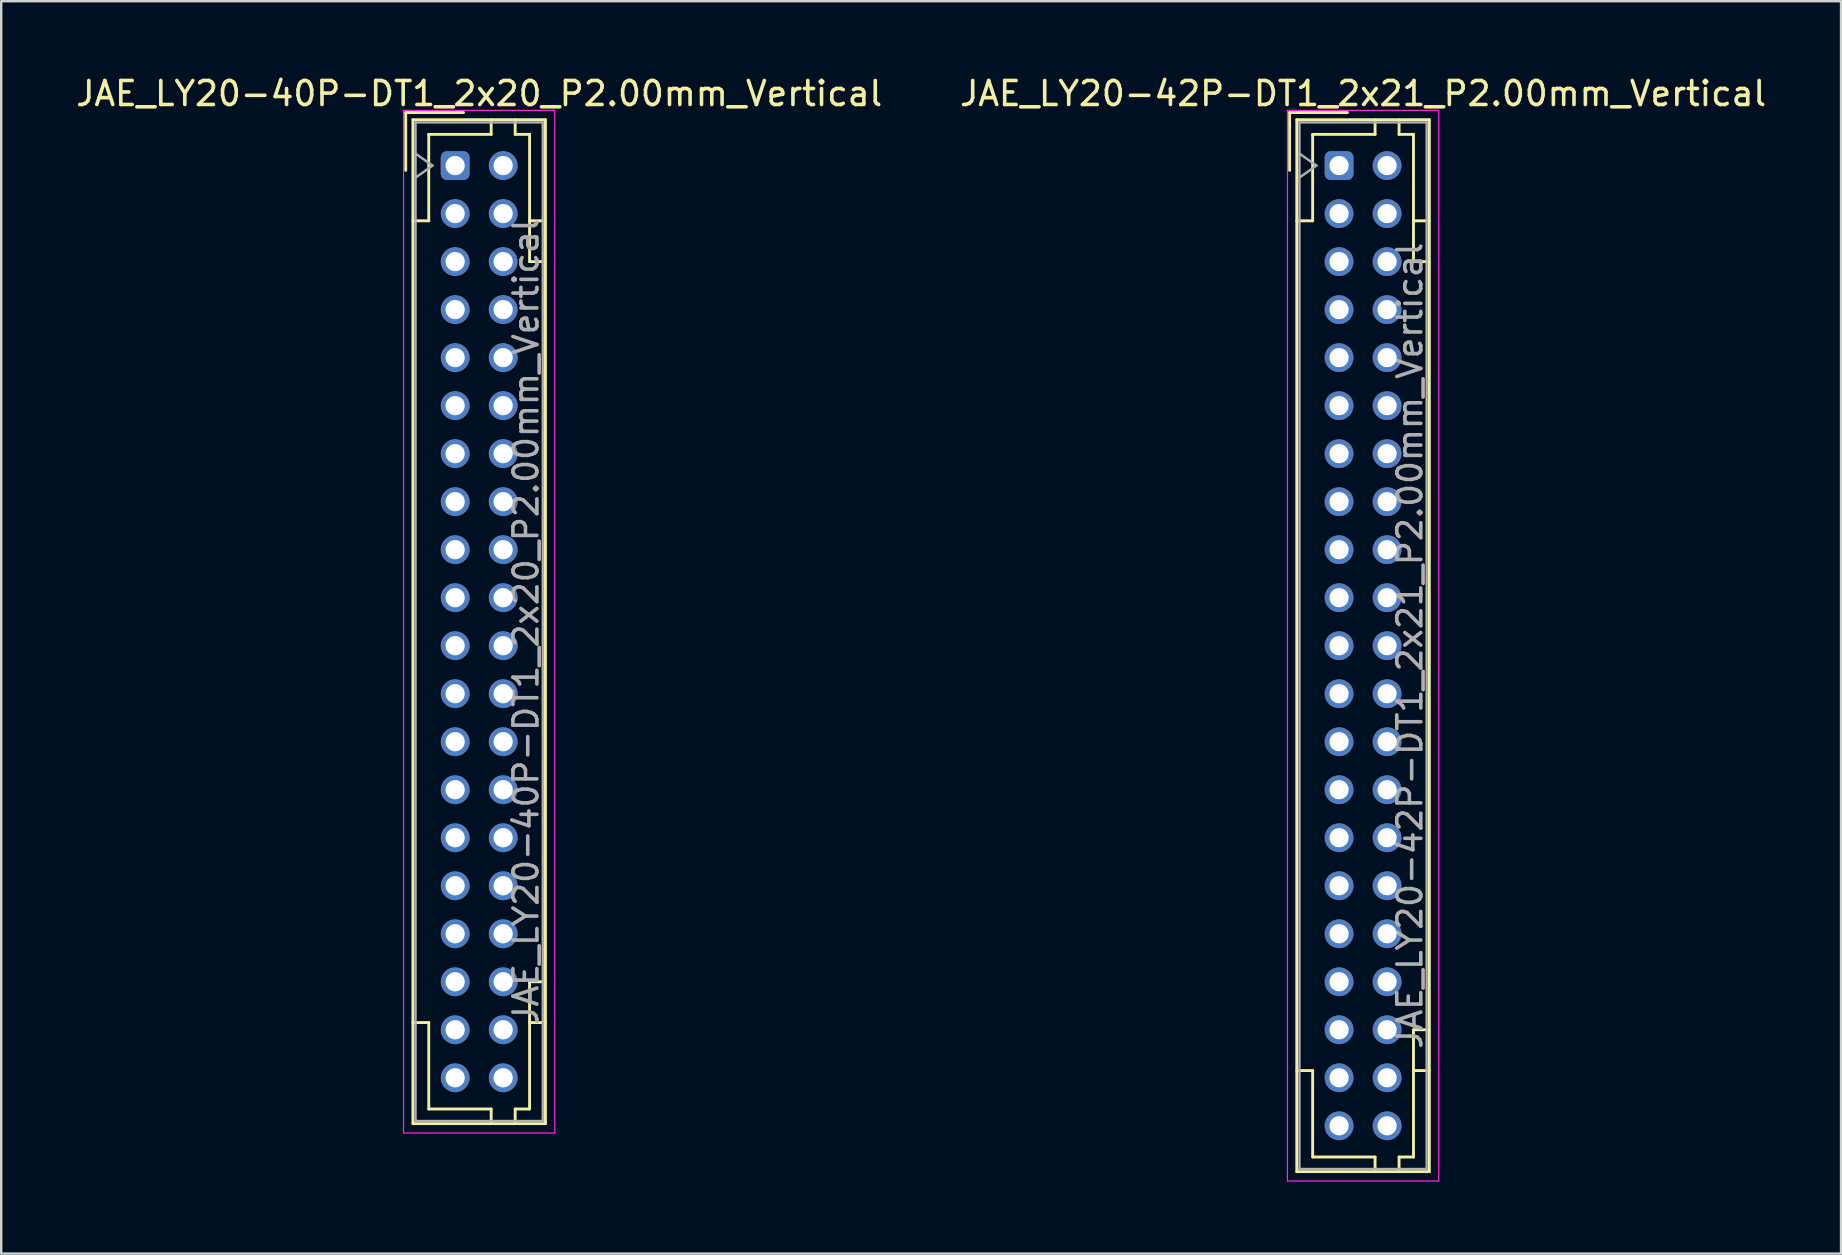
<source format=kicad_pcb>
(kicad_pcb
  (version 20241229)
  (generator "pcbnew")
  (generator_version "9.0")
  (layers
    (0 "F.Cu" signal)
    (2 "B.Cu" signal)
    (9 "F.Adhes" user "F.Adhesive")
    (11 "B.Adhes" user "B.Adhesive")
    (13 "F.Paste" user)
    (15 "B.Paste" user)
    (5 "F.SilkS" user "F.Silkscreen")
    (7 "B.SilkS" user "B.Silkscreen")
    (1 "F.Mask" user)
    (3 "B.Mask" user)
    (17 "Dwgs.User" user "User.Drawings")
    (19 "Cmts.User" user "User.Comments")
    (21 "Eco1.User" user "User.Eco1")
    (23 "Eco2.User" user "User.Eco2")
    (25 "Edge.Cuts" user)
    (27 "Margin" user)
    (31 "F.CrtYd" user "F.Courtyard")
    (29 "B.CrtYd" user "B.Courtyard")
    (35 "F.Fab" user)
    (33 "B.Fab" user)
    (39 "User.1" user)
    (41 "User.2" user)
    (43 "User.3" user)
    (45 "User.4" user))
  (footprint "JAE_LY20-40P-DT1_2x20_P2.00mm_Vertical"
    (layer "F.Cu")
    (at 15.911 3.848)
    (property "Reference" "JAE_LY20-40P-DT1_2x20_P2.00mm_Vertical" (at 1 -3 0) (layer "F.SilkS") (effects (font (size 1 1) (thickness 0.15))))
    (attr through_hole)
    (fp_line (start -2.06 -2.21) (end -2.06 0.2) (stroke (width 0.12) (type solid)) (layer "F.SilkS"))
    (fp_line (start -1.76 -1.91) (end -1.76 39.91) (stroke (width 0.12) (type solid)) (layer "F.SilkS"))
    (fp_line (start -1.76 39.91) (end 3.76 39.91) (stroke (width 0.12) (type solid)) (layer "F.SilkS"))
    (fp_line (start -1.1 -1.3) (end -1.1 2.3) (stroke (width 0.12) (type solid)) (layer "F.SilkS"))
    (fp_line (start -1.1 2.3) (end -1.76 2.3) (stroke (width 0.12) (type solid)) (layer "F.SilkS"))
    (fp_line (start -1.1 35.7) (end -1.76 35.7) (stroke (width 0.12) (type solid)) (layer "F.SilkS"))
    (fp_line (start -1.1 39.3) (end -1.1 35.7) (stroke (width 0.12) (type solid)) (layer "F.SilkS"))
    (fp_line (start 0.35 -2.21) (end -2.06 -2.21) (stroke (width 0.12) (type solid)) (layer "F.SilkS"))
    (fp_line (start 1.5 -1.91) (end 1.5 -1.3) (stroke (width 0.12) (type solid)) (layer "F.SilkS"))
    (fp_line (start 1.5 -1.3) (end -1.1 -1.3) (stroke (width 0.12) (type solid)) (layer "F.SilkS"))
    (fp_line (start 1.5 39.3) (end -1.1 39.3) (stroke (width 0.12) (type solid)) (layer "F.SilkS"))
    (fp_line (start 1.5 39.91) (end 1.5 39.3) (stroke (width 0.12) (type solid)) (layer "F.SilkS"))
    (fp_line (start 2.5 -1.91) (end 2.5 -1.3) (stroke (width 0.12) (type solid)) (layer "F.SilkS"))
    (fp_line (start 2.5 -1.3) (end 3.1 -1.3) (stroke (width 0.12) (type solid)) (layer "F.SilkS"))
    (fp_line (start 2.5 39.3) (end 3.1 39.3) (stroke (width 0.12) (type solid)) (layer "F.SilkS"))
    (fp_line (start 2.5 39.91) (end 2.5 39.3) (stroke (width 0.12) (type solid)) (layer "F.SilkS"))
    (fp_line (start 3.1 -1.3) (end 3.1 4) (stroke (width 0.12) (type solid)) (layer "F.SilkS"))
    (fp_line (start 3.1 4) (end 3.76 4) (stroke (width 0.12) (type solid)) (layer "F.SilkS"))
    (fp_line (start 3.1 34) (end 3.76 34) (stroke (width 0.12) (type solid)) (layer "F.SilkS"))
    (fp_line (start 3.1 39.3) (end 3.1 34) (stroke (width 0.12) (type solid)) (layer "F.SilkS"))
    (fp_line (start 3.76 -1.91) (end -1.76 -1.91) (stroke (width 0.12) (type solid)) (layer "F.SilkS"))
    (fp_line (start 3.76 2.3) (end 3.1 2.3) (stroke (width 0.12) (type solid)) (layer "F.SilkS"))
    (fp_line (start 3.76 35.7) (end 3.1 35.7) (stroke (width 0.12) (type solid)) (layer "F.SilkS"))
    (fp_line (start 3.76 39.91) (end 3.76 -1.91) (stroke (width 0.12) (type solid)) (layer "F.SilkS"))
    (fp_line (start -2.15 -2.3) (end -2.15 40.3) (stroke (width 0.05) (type solid)) (layer "F.CrtYd"))
    (fp_line (start -2.15 40.3) (end 4.15 40.3) (stroke (width 0.05) (type solid)) (layer "F.CrtYd"))
    (fp_line (start 4.15 -2.3) (end -2.15 -2.3) (stroke (width 0.05) (type solid)) (layer "F.CrtYd"))
    (fp_line (start 4.15 40.3) (end 4.15 -2.3) (stroke (width 0.05) (type solid)) (layer "F.CrtYd"))
    (fp_line (start -1.65 -1.8) (end -1.65 39.8) (stroke (width 0.1) (type solid)) (layer "F.Fab"))
    (fp_line (start -1.65 0.5) (end -0.943 0) (stroke (width 0.1) (type solid)) (layer "F.Fab"))
    (fp_line (start -1.65 39.8) (end 3.65 39.8) (stroke (width 0.1) (type solid)) (layer "F.Fab"))
    (fp_line (start -0.943 0) (end -1.65 -0.5) (stroke (width 0.1) (type solid)) (layer "F.Fab"))
    (fp_line (start 3.65 -1.8) (end -1.65 -1.8) (stroke (width 0.1) (type solid)) (layer "F.Fab"))
    (fp_line (start 3.65 39.8) (end 3.65 -1.8) (stroke (width 0.1) (type solid)) (layer "F.Fab"))
    (fp_text user "${REFERENCE}" (at 2.95 19 90) (layer "F.Fab") (effects (font (size 1 1) (thickness 0.15))))
    (pad "a1" thru_hole roundrect (at 0 0) (size 1.2 1.2) (drill 0.8) (layers "*.Cu" "*.Mask") (roundrect_rratio 0.208))
    (pad "a2" thru_hole circle (at 0 2) (size 1.2 1.2) (drill 0.8) (layers "*.Cu" "*.Mask"))
    (pad "a3" thru_hole circle (at 0 4) (size 1.2 1.2) (drill 0.8) (layers "*.Cu" "*.Mask"))
    (pad "a4" thru_hole circle (at 0 6) (size 1.2 1.2) (drill 0.8) (layers "*.Cu" "*.Mask"))
    (pad "a5" thru_hole circle (at 0 8) (size 1.2 1.2) (drill 0.8) (layers "*.Cu" "*.Mask"))
    (pad "a6" thru_hole circle (at 0 10) (size 1.2 1.2) (drill 0.8) (layers "*.Cu" "*.Mask"))
    (pad "a7" thru_hole circle (at 0 12) (size 1.2 1.2) (drill 0.8) (layers "*.Cu" "*.Mask"))
    (pad "a8" thru_hole circle (at 0 14) (size 1.2 1.2) (drill 0.8) (layers "*.Cu" "*.Mask"))
    (pad "a9" thru_hole circle (at 0 16) (size 1.2 1.2) (drill 0.8) (layers "*.Cu" "*.Mask"))
    (pad "a10" thru_hole circle (at 0 18) (size 1.2 1.2) (drill 0.8) (layers "*.Cu" "*.Mask"))
    (pad "a11" thru_hole circle (at 0 20) (size 1.2 1.2) (drill 0.8) (layers "*.Cu" "*.Mask"))
    (pad "a12" thru_hole circle (at 0 22) (size 1.2 1.2) (drill 0.8) (layers "*.Cu" "*.Mask"))
    (pad "a13" thru_hole circle (at 0 24) (size 1.2 1.2) (drill 0.8) (layers "*.Cu" "*.Mask"))
    (pad "a14" thru_hole circle (at 0 26) (size 1.2 1.2) (drill 0.8) (layers "*.Cu" "*.Mask"))
    (pad "a15" thru_hole circle (at 0 28) (size 1.2 1.2) (drill 0.8) (layers "*.Cu" "*.Mask"))
    (pad "a16" thru_hole circle (at 0 30) (size 1.2 1.2) (drill 0.8) (layers "*.Cu" "*.Mask"))
    (pad "a17" thru_hole circle (at 0 32) (size 1.2 1.2) (drill 0.8) (layers "*.Cu" "*.Mask"))
    (pad "a18" thru_hole circle (at 0 34) (size 1.2 1.2) (drill 0.8) (layers "*.Cu" "*.Mask"))
    (pad "a19" thru_hole circle (at 0 36) (size 1.2 1.2) (drill 0.8) (layers "*.Cu" "*.Mask"))
    (pad "a20" thru_hole circle (at 0 38) (size 1.2 1.2) (drill 0.8) (layers "*.Cu" "*.Mask"))
    (pad "b1" thru_hole circle (at 2 0) (size 1.2 1.2) (drill 0.8) (layers "*.Cu" "*.Mask"))
    (pad "b2" thru_hole circle (at 2 2) (size 1.2 1.2) (drill 0.8) (layers "*.Cu" "*.Mask"))
    (pad "b3" thru_hole circle (at 2 4) (size 1.2 1.2) (drill 0.8) (layers "*.Cu" "*.Mask"))
    (pad "b4" thru_hole circle (at 2 6) (size 1.2 1.2) (drill 0.8) (layers "*.Cu" "*.Mask"))
    (pad "b5" thru_hole circle (at 2 8) (size 1.2 1.2) (drill 0.8) (layers "*.Cu" "*.Mask"))
    (pad "b6" thru_hole circle (at 2 10) (size 1.2 1.2) (drill 0.8) (layers "*.Cu" "*.Mask"))
    (pad "b7" thru_hole circle (at 2 12) (size 1.2 1.2) (drill 0.8) (layers "*.Cu" "*.Mask"))
    (pad "b8" thru_hole circle (at 2 14) (size 1.2 1.2) (drill 0.8) (layers "*.Cu" "*.Mask"))
    (pad "b9" thru_hole circle (at 2 16) (size 1.2 1.2) (drill 0.8) (layers "*.Cu" "*.Mask"))
    (pad "b10" thru_hole circle (at 2 18) (size 1.2 1.2) (drill 0.8) (layers "*.Cu" "*.Mask"))
    (pad "b11" thru_hole circle (at 2 20) (size 1.2 1.2) (drill 0.8) (layers "*.Cu" "*.Mask"))
    (pad "b12" thru_hole circle (at 2 22) (size 1.2 1.2) (drill 0.8) (layers "*.Cu" "*.Mask"))
    (pad "b13" thru_hole circle (at 2 24) (size 1.2 1.2) (drill 0.8) (layers "*.Cu" "*.Mask"))
    (pad "b14" thru_hole circle (at 2 26) (size 1.2 1.2) (drill 0.8) (layers "*.Cu" "*.Mask"))
    (pad "b15" thru_hole circle (at 2 28) (size 1.2 1.2) (drill 0.8) (layers "*.Cu" "*.Mask"))
    (pad "b16" thru_hole circle (at 2 30) (size 1.2 1.2) (drill 0.8) (layers "*.Cu" "*.Mask"))
    (pad "b17" thru_hole circle (at 2 32) (size 1.2 1.2) (drill 0.8) (layers "*.Cu" "*.Mask"))
    (pad "b18" thru_hole circle (at 2 34) (size 1.2 1.2) (drill 0.8) (layers "*.Cu" "*.Mask"))
    (pad "b19" thru_hole circle (at 2 36) (size 1.2 1.2) (drill 0.8) (layers "*.Cu" "*.Mask"))
    (pad "b20" thru_hole circle (at 2 38) (size 1.2 1.2) (drill 0.8) (layers "*.Cu" "*.Mask")))
  (footprint "JAE_LY20-42P-DT1_2x21_P2.00mm_Vertical"
    (layer "F.Cu")
    (at 52.732 3.848)
    (property "Reference" "JAE_LY20-42P-DT1_2x21_P2.00mm_Vertical" (at 1 -3 0) (layer "F.SilkS") (effects (font (size 1 1) (thickness 0.15))))
    (attr through_hole)
    (fp_line (start -2.06 -2.21) (end -2.06 0.2) (stroke (width 0.12) (type solid)) (layer "F.SilkS"))
    (fp_line (start -1.76 -1.91) (end -1.76 41.91) (stroke (width 0.12) (type solid)) (layer "F.SilkS"))
    (fp_line (start -1.76 41.91) (end 3.76 41.91) (stroke (width 0.12) (type solid)) (layer "F.SilkS"))
    (fp_line (start -1.1 -1.3) (end -1.1 2.3) (stroke (width 0.12) (type solid)) (layer "F.SilkS"))
    (fp_line (start -1.1 2.3) (end -1.76 2.3) (stroke (width 0.12) (type solid)) (layer "F.SilkS"))
    (fp_line (start -1.1 37.7) (end -1.76 37.7) (stroke (width 0.12) (type solid)) (layer "F.SilkS"))
    (fp_line (start -1.1 41.3) (end -1.1 37.7) (stroke (width 0.12) (type solid)) (layer "F.SilkS"))
    (fp_line (start 0.35 -2.21) (end -2.06 -2.21) (stroke (width 0.12) (type solid)) (layer "F.SilkS"))
    (fp_line (start 1.5 -1.91) (end 1.5 -1.3) (stroke (width 0.12) (type solid)) (layer "F.SilkS"))
    (fp_line (start 1.5 -1.3) (end -1.1 -1.3) (stroke (width 0.12) (type solid)) (layer "F.SilkS"))
    (fp_line (start 1.5 41.3) (end -1.1 41.3) (stroke (width 0.12) (type solid)) (layer "F.SilkS"))
    (fp_line (start 1.5 41.91) (end 1.5 41.3) (stroke (width 0.12) (type solid)) (layer "F.SilkS"))
    (fp_line (start 2.5 -1.91) (end 2.5 -1.3) (stroke (width 0.12) (type solid)) (layer "F.SilkS"))
    (fp_line (start 2.5 -1.3) (end 3.1 -1.3) (stroke (width 0.12) (type solid)) (layer "F.SilkS"))
    (fp_line (start 2.5 41.3) (end 3.1 41.3) (stroke (width 0.12) (type solid)) (layer "F.SilkS"))
    (fp_line (start 2.5 41.91) (end 2.5 41.3) (stroke (width 0.12) (type solid)) (layer "F.SilkS"))
    (fp_line (start 3.1 -1.3) (end 3.1 4) (stroke (width 0.12) (type solid)) (layer "F.SilkS"))
    (fp_line (start 3.1 4) (end 3.76 4) (stroke (width 0.12) (type solid)) (layer "F.SilkS"))
    (fp_line (start 3.1 36) (end 3.76 36) (stroke (width 0.12) (type solid)) (layer "F.SilkS"))
    (fp_line (start 3.1 41.3) (end 3.1 36) (stroke (width 0.12) (type solid)) (layer "F.SilkS"))
    (fp_line (start 3.76 -1.91) (end -1.76 -1.91) (stroke (width 0.12) (type solid)) (layer "F.SilkS"))
    (fp_line (start 3.76 2.3) (end 3.1 2.3) (stroke (width 0.12) (type solid)) (layer "F.SilkS"))
    (fp_line (start 3.76 37.7) (end 3.1 37.7) (stroke (width 0.12) (type solid)) (layer "F.SilkS"))
    (fp_line (start 3.76 41.91) (end 3.76 -1.91) (stroke (width 0.12) (type solid)) (layer "F.SilkS"))
    (fp_line (start -2.15 -2.3) (end -2.15 42.3) (stroke (width 0.05) (type solid)) (layer "F.CrtYd"))
    (fp_line (start -2.15 42.3) (end 4.15 42.3) (stroke (width 0.05) (type solid)) (layer "F.CrtYd"))
    (fp_line (start 4.15 -2.3) (end -2.15 -2.3) (stroke (width 0.05) (type solid)) (layer "F.CrtYd"))
    (fp_line (start 4.15 42.3) (end 4.15 -2.3) (stroke (width 0.05) (type solid)) (layer "F.CrtYd"))
    (fp_line (start -1.65 -1.8) (end -1.65 41.8) (stroke (width 0.1) (type solid)) (layer "F.Fab"))
    (fp_line (start -1.65 0.5) (end -0.943 0) (stroke (width 0.1) (type solid)) (layer "F.Fab"))
    (fp_line (start -1.65 41.8) (end 3.65 41.8) (stroke (width 0.1) (type solid)) (layer "F.Fab"))
    (fp_line (start -0.943 0) (end -1.65 -0.5) (stroke (width 0.1) (type solid)) (layer "F.Fab"))
    (fp_line (start 3.65 -1.8) (end -1.65 -1.8) (stroke (width 0.1) (type solid)) (layer "F.Fab"))
    (fp_line (start 3.65 41.8) (end 3.65 -1.8) (stroke (width 0.1) (type solid)) (layer "F.Fab"))
    (fp_text user "${REFERENCE}" (at 2.95 20 90) (layer "F.Fab") (effects (font (size 1 1) (thickness 0.15))))
    (pad "a1" thru_hole roundrect (at 0 0) (size 1.2 1.2) (drill 0.8) (layers "*.Cu" "*.Mask") (roundrect_rratio 0.208))
    (pad "a2" thru_hole circle (at 0 2) (size 1.2 1.2) (drill 0.8) (layers "*.Cu" "*.Mask"))
    (pad "a3" thru_hole circle (at 0 4) (size 1.2 1.2) (drill 0.8) (layers "*.Cu" "*.Mask"))
    (pad "a4" thru_hole circle (at 0 6) (size 1.2 1.2) (drill 0.8) (layers "*.Cu" "*.Mask"))
    (pad "a5" thru_hole circle (at 0 8) (size 1.2 1.2) (drill 0.8) (layers "*.Cu" "*.Mask"))
    (pad "a6" thru_hole circle (at 0 10) (size 1.2 1.2) (drill 0.8) (layers "*.Cu" "*.Mask"))
    (pad "a7" thru_hole circle (at 0 12) (size 1.2 1.2) (drill 0.8) (layers "*.Cu" "*.Mask"))
    (pad "a8" thru_hole circle (at 0 14) (size 1.2 1.2) (drill 0.8) (layers "*.Cu" "*.Mask"))
    (pad "a9" thru_hole circle (at 0 16) (size 1.2 1.2) (drill 0.8) (layers "*.Cu" "*.Mask"))
    (pad "a10" thru_hole circle (at 0 18) (size 1.2 1.2) (drill 0.8) (layers "*.Cu" "*.Mask"))
    (pad "a11" thru_hole circle (at 0 20) (size 1.2 1.2) (drill 0.8) (layers "*.Cu" "*.Mask"))
    (pad "a12" thru_hole circle (at 0 22) (size 1.2 1.2) (drill 0.8) (layers "*.Cu" "*.Mask"))
    (pad "a13" thru_hole circle (at 0 24) (size 1.2 1.2) (drill 0.8) (layers "*.Cu" "*.Mask"))
    (pad "a14" thru_hole circle (at 0 26) (size 1.2 1.2) (drill 0.8) (layers "*.Cu" "*.Mask"))
    (pad "a15" thru_hole circle (at 0 28) (size 1.2 1.2) (drill 0.8) (layers "*.Cu" "*.Mask"))
    (pad "a16" thru_hole circle (at 0 30) (size 1.2 1.2) (drill 0.8) (layers "*.Cu" "*.Mask"))
    (pad "a17" thru_hole circle (at 0 32) (size 1.2 1.2) (drill 0.8) (layers "*.Cu" "*.Mask"))
    (pad "a18" thru_hole circle (at 0 34) (size 1.2 1.2) (drill 0.8) (layers "*.Cu" "*.Mask"))
    (pad "a19" thru_hole circle (at 0 36) (size 1.2 1.2) (drill 0.8) (layers "*.Cu" "*.Mask"))
    (pad "a20" thru_hole circle (at 0 38) (size 1.2 1.2) (drill 0.8) (layers "*.Cu" "*.Mask"))
    (pad "a21" thru_hole circle (at 0 40) (size 1.2 1.2) (drill 0.8) (layers "*.Cu" "*.Mask"))
    (pad "b1" thru_hole circle (at 2 0) (size 1.2 1.2) (drill 0.8) (layers "*.Cu" "*.Mask"))
    (pad "b2" thru_hole circle (at 2 2) (size 1.2 1.2) (drill 0.8) (layers "*.Cu" "*.Mask"))
    (pad "b3" thru_hole circle (at 2 4) (size 1.2 1.2) (drill 0.8) (layers "*.Cu" "*.Mask"))
    (pad "b4" thru_hole circle (at 2 6) (size 1.2 1.2) (drill 0.8) (layers "*.Cu" "*.Mask"))
    (pad "b5" thru_hole circle (at 2 8) (size 1.2 1.2) (drill 0.8) (layers "*.Cu" "*.Mask"))
    (pad "b6" thru_hole circle (at 2 10) (size 1.2 1.2) (drill 0.8) (layers "*.Cu" "*.Mask"))
    (pad "b7" thru_hole circle (at 2 12) (size 1.2 1.2) (drill 0.8) (layers "*.Cu" "*.Mask"))
    (pad "b8" thru_hole circle (at 2 14) (size 1.2 1.2) (drill 0.8) (layers "*.Cu" "*.Mask"))
    (pad "b9" thru_hole circle (at 2 16) (size 1.2 1.2) (drill 0.8) (layers "*.Cu" "*.Mask"))
    (pad "b10" thru_hole circle (at 2 18) (size 1.2 1.2) (drill 0.8) (layers "*.Cu" "*.Mask"))
    (pad "b11" thru_hole circle (at 2 20) (size 1.2 1.2) (drill 0.8) (layers "*.Cu" "*.Mask"))
    (pad "b12" thru_hole circle (at 2 22) (size 1.2 1.2) (drill 0.8) (layers "*.Cu" "*.Mask"))
    (pad "b13" thru_hole circle (at 2 24) (size 1.2 1.2) (drill 0.8) (layers "*.Cu" "*.Mask"))
    (pad "b14" thru_hole circle (at 2 26) (size 1.2 1.2) (drill 0.8) (layers "*.Cu" "*.Mask"))
    (pad "b15" thru_hole circle (at 2 28) (size 1.2 1.2) (drill 0.8) (layers "*.Cu" "*.Mask"))
    (pad "b16" thru_hole circle (at 2 30) (size 1.2 1.2) (drill 0.8) (layers "*.Cu" "*.Mask"))
    (pad "b17" thru_hole circle (at 2 32) (size 1.2 1.2) (drill 0.8) (layers "*.Cu" "*.Mask"))
    (pad "b18" thru_hole circle (at 2 34) (size 1.2 1.2) (drill 0.8) (layers "*.Cu" "*.Mask"))
    (pad "b19" thru_hole circle (at 2 36) (size 1.2 1.2) (drill 0.8) (layers "*.Cu" "*.Mask"))
    (pad "b20" thru_hole circle (at 2 38) (size 1.2 1.2) (drill 0.8) (layers "*.Cu" "*.Mask"))
    (pad "b21" thru_hole circle (at 2 40) (size 1.2 1.2) (drill 0.8) (layers "*.Cu" "*.Mask")))
  (gr_rect
    (start -3 -3)
    (end 73.643 49.173)
    (stroke (width 0.1) (type default))
    (fill no)
    (layer "Edge.Cuts")))
</source>
